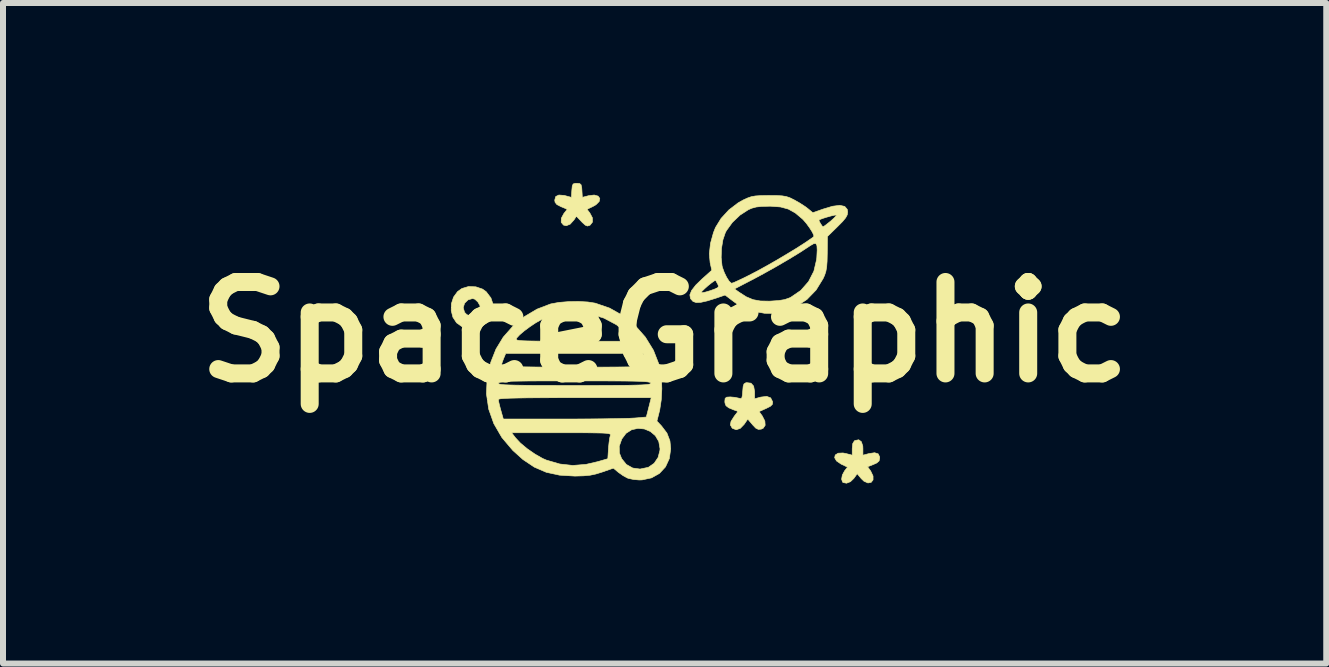
<source format=kicad_pcb>
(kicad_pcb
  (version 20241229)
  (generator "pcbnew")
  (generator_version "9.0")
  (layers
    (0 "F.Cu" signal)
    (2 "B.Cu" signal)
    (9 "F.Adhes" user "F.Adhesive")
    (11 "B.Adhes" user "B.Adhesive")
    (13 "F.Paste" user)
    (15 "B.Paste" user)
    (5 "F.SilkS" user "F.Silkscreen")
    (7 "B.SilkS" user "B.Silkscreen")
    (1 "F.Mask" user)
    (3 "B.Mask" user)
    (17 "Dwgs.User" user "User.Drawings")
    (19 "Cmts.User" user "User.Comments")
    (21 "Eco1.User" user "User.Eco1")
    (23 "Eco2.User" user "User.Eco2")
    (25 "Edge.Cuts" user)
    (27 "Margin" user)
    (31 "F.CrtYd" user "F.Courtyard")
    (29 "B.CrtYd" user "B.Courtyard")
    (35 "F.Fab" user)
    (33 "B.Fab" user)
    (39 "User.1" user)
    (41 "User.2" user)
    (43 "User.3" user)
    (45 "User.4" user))
  (footprint "SpaceGraphic"
    (layer "F.Cu")
    (at 8.026 2.484)
    (property "Reference" "SpaceGraphic" (at 0 0 0) (layer "F.SilkS") (effects (font (size 1.524 1.524) (thickness 0.3))))
    (attr through_hole)
    (fp_poly (pts (xy -3.146 -0.754) (xy -3.034 -0.716) (xy -2.974 -0.673) (xy -2.894 -0.568) (xy -2.857 -0.456) (xy -2.86 -0.345) (xy -2.896 -0.243) (xy -2.962 -0.155) (xy -3.051 -0.091) (xy -3.16 -0.057) (xy -3.282 -0.06) (xy -3.375 -0.089) (xy -3.467 -0.154) (xy -3.528 -0.247) (xy -3.556 -0.357) (xy -3.555 -0.407) (xy -3.356 -0.407) (xy -3.334 -0.329) (xy -3.3 -0.294) (xy -3.237 -0.26) (xy -3.185 -0.263) (xy -3.136 -0.292) (xy -3.089 -0.341) (xy -3.069 -0.38) (xy -3.076 -0.438) (xy -3.111 -0.5) (xy -3.161 -0.547) (xy -3.2 -0.559) (xy -3.275 -0.537) (xy -3.333 -0.481) (xy -3.356 -0.408) (xy -3.356 -0.407) (xy -3.555 -0.407) (xy -3.553 -0.473) (xy -3.517 -0.583) (xy -3.45 -0.675) (xy -3.378 -0.726) (xy -3.267 -0.759) (xy -3.146 -0.754)) (stroke (width 0.01) (type solid)) (fill yes) (layer "F.SilkS"))
    (fp_poly (pts (xy 3.279 1.827) (xy 3.303 1.899) (xy 3.305 1.943) (xy 3.305 2.052) (xy 3.403 2.026) (xy 3.5 2.011) (xy 3.559 2.029) (xy 3.584 2.08) (xy 3.585 2.099) (xy 3.575 2.147) (xy 3.537 2.181) (xy 3.484 2.205) (xy 3.383 2.245) (xy 3.435 2.317) (xy 3.474 2.399) (xy 3.474 2.464) (xy 3.442 2.505) (xy 3.389 2.515) (xy 3.323 2.486) (xy 3.277 2.442) (xy 3.21 2.361) (xy 3.154 2.439) (xy 3.097 2.494) (xy 3.032 2.519) (xy 2.976 2.508) (xy 2.966 2.5) (xy 2.95 2.452) (xy 2.962 2.383) (xy 2.999 2.314) (xy 3.048 2.251) (xy 2.941 2.2) (xy 2.865 2.148) (xy 2.834 2.094) (xy 2.844 2.049) (xy 2.892 2.019) (xy 2.973 2.015) (xy 3.025 2.025) (xy 3.127 2.052) (xy 3.127 1.942) (xy 3.135 1.86) (xy 3.162 1.815) (xy 3.172 1.808) (xy 3.235 1.795) (xy 3.279 1.827)) (stroke (width 0.01) (type solid)) (fill yes) (layer "F.SilkS"))
    (fp_poly (pts (xy -1.415 -2.475) (xy -1.392 -2.455) (xy -1.381 -2.405) (xy -1.378 -2.362) (xy -1.371 -2.245) (xy -1.269 -2.272) (xy -1.173 -2.284) (xy -1.109 -2.266) (xy -1.08 -2.227) (xy -1.09 -2.176) (xy -1.144 -2.122) (xy -1.187 -2.097) (xy -1.293 -2.046) (xy -1.245 -1.983) (xy -1.203 -1.904) (xy -1.202 -1.833) (xy -1.241 -1.783) (xy -1.248 -1.779) (xy -1.285 -1.767) (xy -1.321 -1.781) (xy -1.372 -1.827) (xy -1.385 -1.841) (xy -1.47 -1.931) (xy -1.51 -1.869) (xy -1.574 -1.798) (xy -1.639 -1.772) (xy -1.685 -1.783) (xy -1.723 -1.829) (xy -1.721 -1.897) (xy -1.679 -1.975) (xy -1.676 -1.979) (xy -1.623 -2.046) (xy -1.727 -2.09) (xy -1.795 -2.125) (xy -1.825 -2.162) (xy -1.831 -2.199) (xy -1.814 -2.259) (xy -1.762 -2.284) (xy -1.674 -2.277) (xy -1.65 -2.271) (xy -1.553 -2.245) (xy -1.546 -2.362) (xy -1.539 -2.433) (xy -1.524 -2.468) (xy -1.49 -2.478) (xy -1.462 -2.479) (xy -1.415 -2.475)) (stroke (width 0.01) (type solid)) (fill yes) (layer "F.SilkS"))
    (fp_poly (pts (xy 1.44 0.852) (xy 1.484 0.901) (xy 1.5 0.993) (xy 1.5 1.004) (xy 1.5 1.112) (xy 1.603 1.084) (xy 1.702 1.072) (xy 1.768 1.097) (xy 1.8 1.161) (xy 1.801 1.166) (xy 1.796 1.205) (xy 1.762 1.238) (xy 1.692 1.273) (xy 1.575 1.325) (xy 1.627 1.397) (xy 1.671 1.483) (xy 1.676 1.554) (xy 1.643 1.603) (xy 1.61 1.618) (xy 1.562 1.622) (xy 1.519 1.601) (xy 1.467 1.546) (xy 1.464 1.542) (xy 1.386 1.45) (xy 1.325 1.539) (xy 1.261 1.605) (xy 1.194 1.628) (xy 1.132 1.605) (xy 1.124 1.597) (xy 1.096 1.548) (xy 1.107 1.488) (xy 1.158 1.408) (xy 1.158 1.407) (xy 1.223 1.322) (xy 1.152 1.297) (xy 1.068 1.262) (xy 1.023 1.227) (xy 1.006 1.182) (xy 1.004 1.154) (xy 1.009 1.105) (xy 1.035 1.085) (xy 1.093 1.081) (xy 1.172 1.088) (xy 1.237 1.102) (xy 1.238 1.102) (xy 1.271 1.109) (xy 1.288 1.095) (xy 1.297 1.049) (xy 1.302 0.987) (xy 1.309 0.907) (xy 1.323 0.865) (xy 1.35 0.847) (xy 1.368 0.843) (xy 1.44 0.852)) (stroke (width 0.01) (type solid)) (fill yes) (layer "F.SilkS"))
    (fp_poly (pts (xy 1.868 -2.275) (xy 1.958 -2.27) (xy 2.025 -2.259) (xy 2.084 -2.24) (xy 2.147 -2.209) (xy 2.161 -2.202) (xy 2.254 -2.149) (xy 2.342 -2.092) (xy 2.386 -2.059) (xy 2.47 -1.989) (xy 2.64 -2.049) (xy 2.8 -2.097) (xy 2.92 -2.112) (xy 3.002 -2.094) (xy 3.044 -2.045) (xy 3.051 -2.001) (xy 3.044 -1.954) (xy 3.018 -1.905) (xy 2.966 -1.842) (xy 2.882 -1.757) (xy 2.714 -1.593) (xy 2.711 -1.311) (xy 2.708 -1.18) (xy 2.701 -1.085) (xy 2.688 -1.012) (xy 2.667 -0.947) (xy 2.641 -0.89) (xy 2.525 -0.701) (xy 2.372 -0.543) (xy 2.189 -0.423) (xy 1.983 -0.344) (xy 1.937 -0.333) (xy 1.793 -0.311) (xy 1.666 -0.313) (xy 1.527 -0.338) (xy 1.513 -0.342) (xy 1.393 -0.376) (xy 1.302 -0.412) (xy 1.219 -0.459) (xy 1.133 -0.522) (xy 1.008 -0.617) (xy 0.854 -0.564) (xy 0.709 -0.519) (xy 0.602 -0.495) (xy 0.526 -0.492) (xy 0.474 -0.51) (xy 0.438 -0.55) (xy 0.431 -0.561) (xy 0.421 -0.62) (xy 0.437 -0.66) (xy 0.61 -0.66) (xy 0.632 -0.656) (xy 0.689 -0.668) (xy 0.762 -0.69) (xy 0.841 -0.719) (xy 1.165 -0.719) (xy 1.242 -0.664) (xy 1.362 -0.587) (xy 1.474 -0.54) (xy 1.595 -0.518) (xy 1.744 -0.515) (xy 1.767 -0.516) (xy 1.901 -0.525) (xy 2 -0.541) (xy 2.08 -0.569) (xy 2.105 -0.581) (xy 2.27 -0.694) (xy 2.399 -0.841) (xy 2.488 -1.015) (xy 2.534 -1.212) (xy 2.537 -1.247) (xy 2.543 -1.367) (xy 2.539 -1.441) (xy 2.521 -1.475) (xy 2.486 -1.474) (xy 2.43 -1.442) (xy 2.409 -1.428) (xy 2.255 -1.327) (xy 2.068 -1.213) (xy 1.861 -1.092) (xy 1.648 -0.973) (xy 1.492 -0.889) (xy 1.165 -0.719) (xy 0.841 -0.719) (xy 0.845 -0.72) (xy 0.887 -0.741) (xy 0.898 -0.764) (xy 0.888 -0.794) (xy 0.886 -0.797) (xy 0.861 -0.843) (xy 0.85 -0.861) (xy 0.827 -0.852) (xy 0.781 -0.819) (xy 0.723 -0.773) (xy 0.667 -0.723) (xy 0.625 -0.682) (xy 0.61 -0.66) (xy 0.437 -0.66) (xy 0.45 -0.693) (xy 0.52 -0.783) (xy 0.633 -0.893) (xy 0.634 -0.893) (xy 0.787 -1.03) (xy 0.759 -1.155) (xy 0.751 -1.242) (xy 0.943 -1.242) (xy 0.957 -1.107) (xy 0.963 -1.08) (xy 0.994 -0.994) (xy 1.034 -0.912) (xy 1.075 -0.848) (xy 1.111 -0.815) (xy 1.119 -0.814) (xy 1.151 -0.824) (xy 1.218 -0.854) (xy 1.31 -0.897) (xy 1.396 -0.94) (xy 1.541 -1.015) (xy 1.703 -1.104) (xy 1.873 -1.201) (xy 2.041 -1.301) (xy 2.199 -1.397) (xy 2.336 -1.485) (xy 2.443 -1.558) (xy 2.487 -1.59) (xy 2.485 -1.618) (xy 2.458 -1.672) (xy 2.414 -1.741) (xy 2.362 -1.812) (xy 2.314 -1.868) (xy 2.573 -1.868) (xy 2.578 -1.845) (xy 2.601 -1.804) (xy 2.627 -1.766) (xy 2.641 -1.754) (xy 2.665 -1.769) (xy 2.715 -1.807) (xy 2.764 -1.846) (xy 2.822 -1.898) (xy 2.858 -1.936) (xy 2.863 -1.95) (xy 2.836 -1.949) (xy 2.778 -1.936) (xy 2.706 -1.916) (xy 2.636 -1.894) (xy 2.586 -1.875) (xy 2.573 -1.868) (xy 2.314 -1.868) (xy 2.308 -1.874) (xy 2.297 -1.885) (xy 2.178 -1.985) (xy 2.061 -2.05) (xy 1.931 -2.085) (xy 1.772 -2.097) (xy 1.742 -2.097) (xy 1.617 -2.094) (xy 1.526 -2.084) (xy 1.453 -2.064) (xy 1.396 -2.039) (xy 1.257 -1.949) (xy 1.129 -1.827) (xy 1.03 -1.69) (xy 1.012 -1.656) (xy 0.972 -1.538) (xy 0.948 -1.393) (xy 0.943 -1.242) (xy 0.751 -1.242) (xy 0.746 -1.307) (xy 0.765 -1.479) (xy 0.814 -1.656) (xy 0.848 -1.742) (xy 0.941 -1.893) (xy 1.071 -2.035) (xy 1.225 -2.153) (xy 1.31 -2.201) (xy 1.382 -2.234) (xy 1.445 -2.256) (xy 1.512 -2.268) (xy 1.6 -2.274) (xy 1.721 -2.276) (xy 1.742 -2.276) (xy 1.868 -2.275)) (stroke (width 0.01) (type solid)) (fill yes) (layer "F.SilkS"))
    (fp_poly (pts (xy -1.278 -0.501) (xy -1.157 -0.482) (xy -0.916 -0.399) (xy -0.692 -0.273) (xy -0.492 -0.11) (xy -0.321 0.084) (xy -0.186 0.303) (xy -0.093 0.541) (xy -0.075 0.609) (xy -0.052 0.765) (xy -0.046 0.947) (xy -0.056 1.132) (xy -0.081 1.297) (xy -0.087 1.322) (xy -0.128 1.484) (xy -0.054 1.562) (xy 0.039 1.684) (xy 0.089 1.814) (xy 0.102 1.945) (xy 0.079 2.108) (xy 0.015 2.247) (xy -0.086 2.356) (xy -0.218 2.43) (xy -0.376 2.464) (xy -0.425 2.465) (xy -0.517 2.457) (xy -0.601 2.439) (xy -0.623 2.431) (xy -0.695 2.391) (xy -0.77 2.338) (xy -0.776 2.333) (xy -0.853 2.268) (xy -1.043 2.334) (xy -1.147 2.366) (xy -1.242 2.386) (xy -1.348 2.396) (xy -1.483 2.4) (xy -1.5 2.4) (xy -1.751 2.385) (xy -1.972 2.337) (xy -2.171 2.251) (xy -2.361 2.124) (xy -2.531 1.971) (xy -2.712 1.757) (xy -2.758 1.678) (xy -2.549 1.678) (xy -2.486 1.761) (xy -2.403 1.85) (xy -2.289 1.945) (xy -2.16 2.034) (xy -2.034 2.106) (xy -1.97 2.134) (xy -1.746 2.199) (xy -1.53 2.223) (xy -1.309 2.205) (xy -1.115 2.16) (xy -0.946 2.111) (xy -0.935 1.939) (xy -0.932 1.903) (xy -0.756 1.903) (xy -0.753 2.016) (xy -0.716 2.109) (xy -0.638 2.206) (xy -0.532 2.266) (xy -0.409 2.283) (xy -0.279 2.256) (xy -0.267 2.252) (xy -0.174 2.187) (xy -0.108 2.089) (xy -0.078 1.972) (xy -0.076 1.945) (xy -0.097 1.824) (xy -0.154 1.727) (xy -0.237 1.657) (xy -0.337 1.615) (xy -0.444 1.605) (xy -0.549 1.628) (xy -0.643 1.688) (xy -0.713 1.782) (xy -0.756 1.903) (xy -0.932 1.903) (xy -0.926 1.844) (xy -0.915 1.766) (xy -0.904 1.723) (xy -0.901 1.71) (xy -0.908 1.701) (xy -0.929 1.693) (xy -0.97 1.687) (xy -1.035 1.683) (xy -1.13 1.681) (xy -1.259 1.679) (xy -1.428 1.678) (xy -1.64 1.678) (xy -1.717 1.678) (xy -2.549 1.678) (xy -2.758 1.678) (xy -2.846 1.526) (xy -2.932 1.283) (xy -2.955 1.123) (xy -2.771 1.123) (xy -2.765 1.163) (xy -2.748 1.234) (xy -2.73 1.301) (xy -2.688 1.449) (xy -1.691 1.449) (xy -1.462 1.449) (xy -1.241 1.448) (xy -1.035 1.446) (xy -0.852 1.443) (xy -0.698 1.44) (xy -0.58 1.437) (xy -0.505 1.433) (xy -0.5 1.433) (xy -0.305 1.416) (xy -0.281 1.325) (xy -0.26 1.241) (xy -0.241 1.166) (xy -0.24 1.163) (xy -0.223 1.093) (xy -1.497 1.093) (xy -1.802 1.094) (xy -2.058 1.095) (xy -2.27 1.096) (xy -2.44 1.099) (xy -2.571 1.102) (xy -2.667 1.106) (xy -2.73 1.111) (xy -2.764 1.118) (xy -2.771 1.123) (xy -2.955 1.123) (xy -2.969 1.029) (xy -2.961 0.852) (xy -2.771 0.852) (xy -2.766 0.86) (xy -2.749 0.868) (xy -2.715 0.874) (xy -2.661 0.879) (xy -2.583 0.882) (xy -2.476 0.885) (xy -2.336 0.887) (xy -2.161 0.889) (xy -1.945 0.889) (xy -1.684 0.89) (xy -1.5 0.89) (xy -1.21 0.89) (xy -0.967 0.889) (xy -0.767 0.888) (xy -0.606 0.887) (xy -0.48 0.884) (xy -0.384 0.881) (xy -0.315 0.877) (xy -0.27 0.872) (xy -0.243 0.865) (xy -0.231 0.857) (xy -0.229 0.852) (xy -0.234 0.843) (xy -0.251 0.836) (xy -0.285 0.83) (xy -0.339 0.825) (xy -0.417 0.821) (xy -0.524 0.818) (xy -0.664 0.816) (xy -0.839 0.815) (xy -1.056 0.814) (xy -1.316 0.814) (xy -1.5 0.814) (xy -1.79 0.814) (xy -2.033 0.814) (xy -2.233 0.815) (xy -2.394 0.817) (xy -2.521 0.819) (xy -2.616 0.822) (xy -2.685 0.827) (xy -2.731 0.832) (xy -2.758 0.838) (xy -2.77 0.846) (xy -2.771 0.852) (xy -2.961 0.852) (xy -2.957 0.767) (xy -2.909 0.559) (xy -2.721 0.559) (xy -2.697 0.565) (xy -2.624 0.571) (xy -2.503 0.576) (xy -2.333 0.58) (xy -2.114 0.583) (xy -1.844 0.584) (xy -1.524 0.585) (xy -1.5 0.585) (xy -1.256 0.585) (xy -1.029 0.584) (xy -0.823 0.583) (xy -0.642 0.581) (xy -0.493 0.579) (xy -0.379 0.577) (xy -0.307 0.575) (xy -0.28 0.573) (xy -0.28 0.573) (xy -0.288 0.544) (xy -0.31 0.485) (xy -0.321 0.458) (xy -0.361 0.356) (xy -2.647 0.356) (xy -2.684 0.444) (xy -2.708 0.509) (xy -2.72 0.554) (xy -2.721 0.559) (xy -2.909 0.559) (xy -2.896 0.501) (xy -2.81 0.284) (xy -2.709 0.118) (xy -2.473 0.118) (xy -2.47 0.127) (xy -2.454 0.135) (xy -2.421 0.141) (xy -2.367 0.145) (xy -2.287 0.148) (xy -2.176 0.15) (xy -2.03 0.152) (xy -1.844 0.152) (xy -1.614 0.153) (xy -1.496 0.153) (xy -0.498 0.153) (xy -0.622 0.027) (xy -0.803 -0.122) (xy -1.01 -0.232) (xy -1.235 -0.302) (xy -1.47 -0.331) (xy -1.706 -0.317) (xy -1.935 -0.258) (xy -2.059 -0.204) (xy -2.15 -0.153) (xy -2.248 -0.087) (xy -2.341 -0.018) (xy -2.417 0.047) (xy -2.464 0.098) (xy -2.468 0.106) (xy -2.473 0.118) (xy -2.709 0.118) (xy -2.689 0.085) (xy -2.528 -0.098) (xy -2.337 -0.257) (xy -2.126 -0.382) (xy -1.904 -0.467) (xy -1.892 -0.47) (xy -1.762 -0.494) (xy -1.603 -0.507) (xy -1.435 -0.51) (xy -1.278 -0.501)) (stroke (width 0.01) (type solid)) (fill yes) (layer "F.SilkS")))
  (gr_rect
    (start -3 -3)
    (end 19.053 8.008)
    (stroke (width 0.1) (type default))
    (fill no)
    (layer "Edge.Cuts")))
</source>
